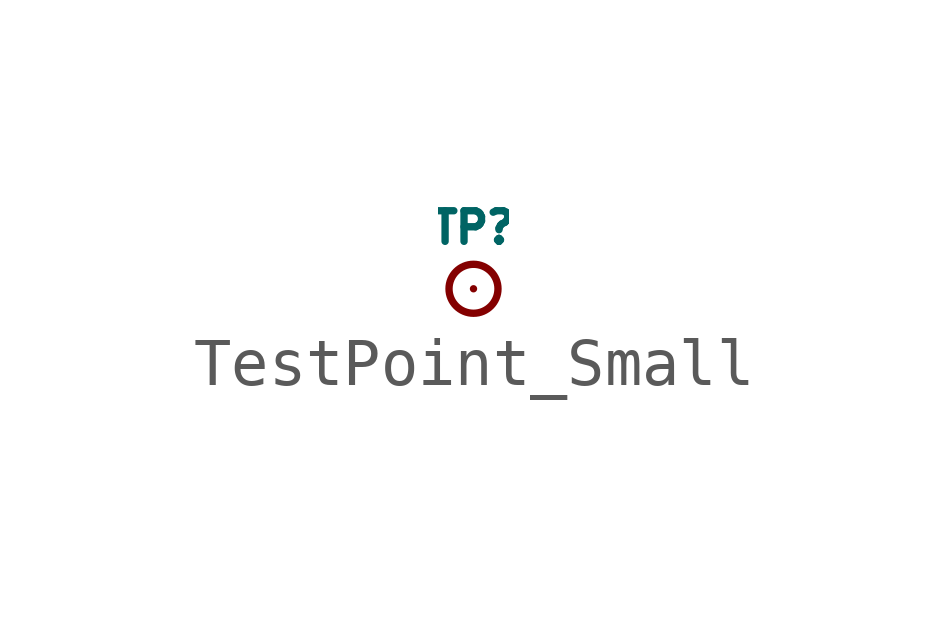
<source format=kicad_sym>
(kicad_symbol_lib
  (version 20220914)
  (generator kicad_symbol_editor)
  (symbol "TestPoint_Small"
    (pin_numbers hide)
    (pin_names
      (offset 0.762) hide)
    (property "Reference" "TP"
      (at 0 1.27 0)
      (effects (font (size 0.635 0.635))))
    (symbol "TestPoint_Small_0_1"
      (circle (center 0 0) (radius 0.508) (stroke (width 0) (type default)) (fill (type none))))
    (symbol "TestPoint_Small_1_1"
      (pin passive line (at 0 0 90) (length 0) (name "1" (effects (font (size 1.27 1.27)))) (number "1" (effects (font (size 1.27 1.27))))))))
</source>
